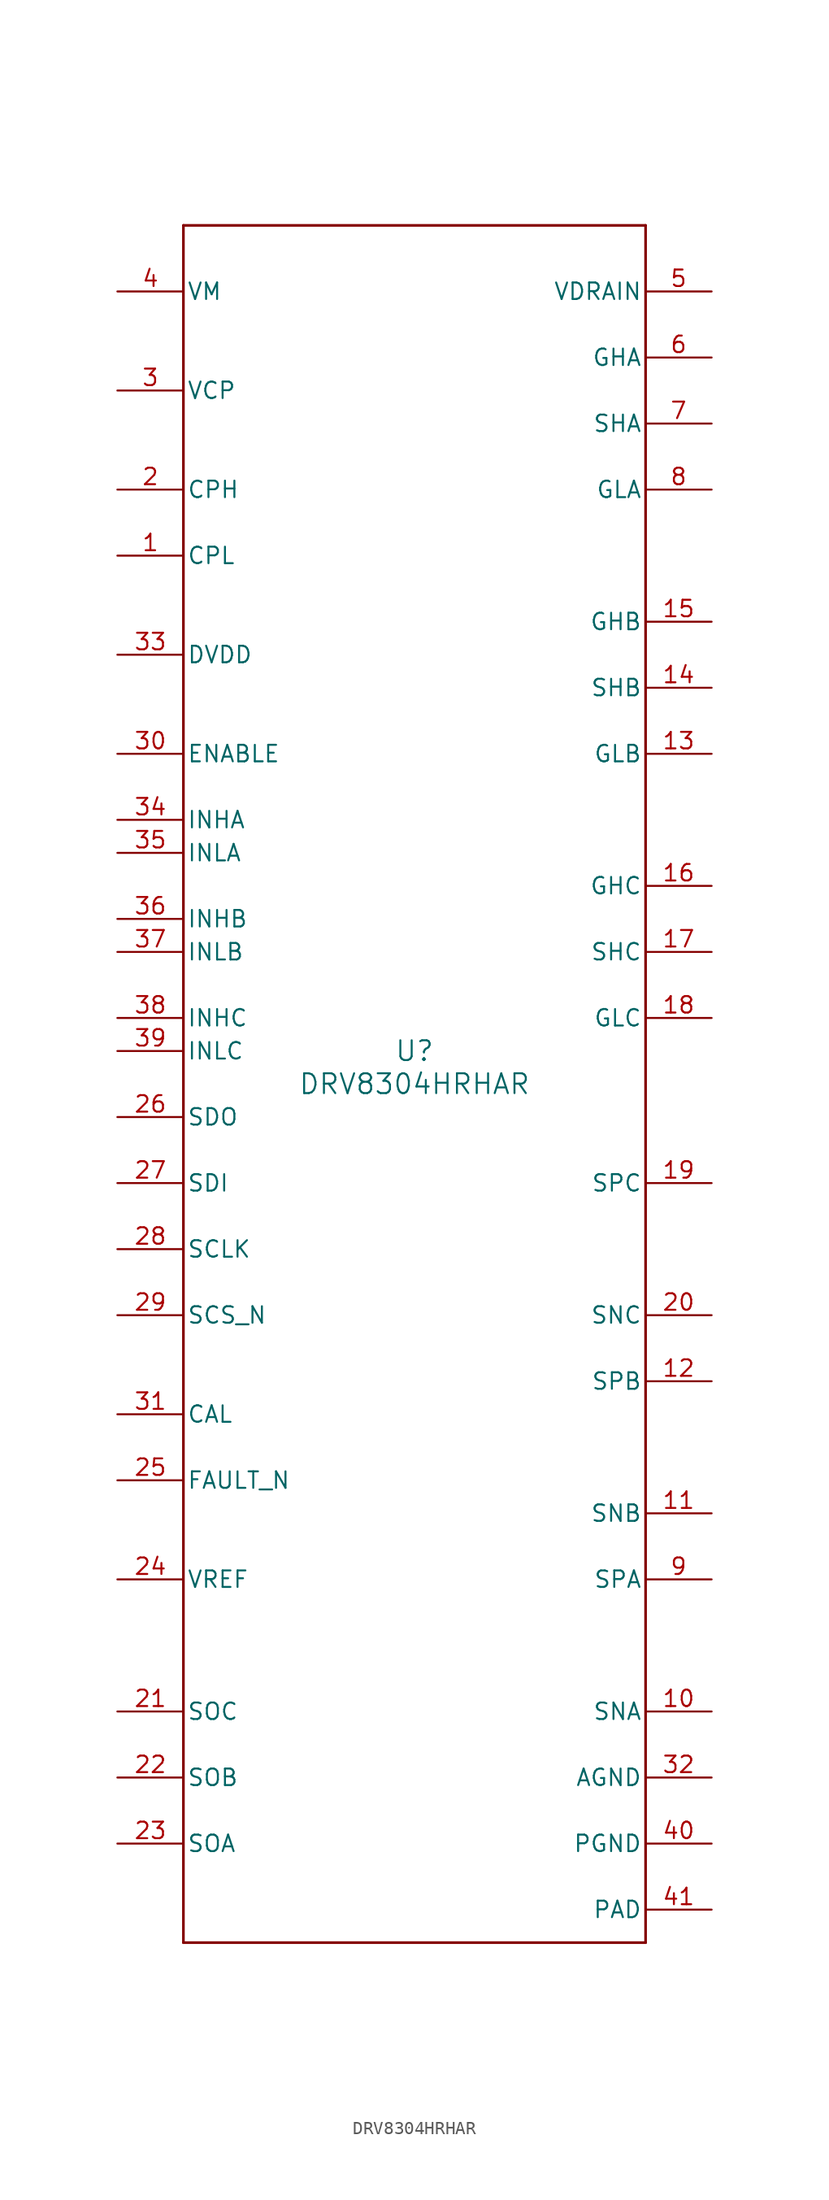
<source format=kicad_sym>
(kicad_symbol_lib
  (version 20211014)
  (generator kicad_symbol_editor)
  (symbol "DRV8304HRHAR"
    (pin_names
      (offset 0.254))
    (property "Reference" "U"
      (at 0 2.54 0)
      (effects (font (size 1.524 1.524))))
    (property "Value" "DRV8304HRHAR"
      (at 0 0 0)
      (effects (font (size 1.524 1.524))))
    (symbol "DRV8304HRHAR_0_1"
      (polyline (pts (xy -17.78 -66.04) (xy 17.78 -66.04)) (stroke (width 0.203) (type default) (color 0 0 0 0)) (fill (type none)))
      (polyline (pts (xy 17.78 -66.04) (xy 17.78 66.04)) (stroke (width 0.203) (type default) (color 0 0 0 0)) (fill (type none)))
      (polyline (pts (xy 17.78 66.04) (xy -17.78 66.04)) (stroke (width 0.203) (type default) (color 0 0 0 0)) (fill (type none)))
      (polyline (pts (xy -17.78 66.04) (xy -17.78 -66.04)) (stroke (width 0.203) (type default) (color 0 0 0 0)) (fill (type none)))
      (pin unspecified line (at -22.86 40.64 0) (length 5.08) (name "CPL" (effects (font (size 1.27 1.27)))) (number "1" (effects (font (size 1.27 1.27)))))
      (pin unspecified line (at -22.86 45.72 0) (length 5.08) (name "CPH" (effects (font (size 1.27 1.27)))) (number "2" (effects (font (size 1.27 1.27)))))
      (pin power_in line (at -22.86 53.34 0) (length 5.08) (name "VCP" (effects (font (size 1.27 1.27)))) (number "3" (effects (font (size 1.27 1.27)))))
      (pin power_in line (at -22.86 60.96 0) (length 5.08) (name "VM" (effects (font (size 1.27 1.27)))) (number "4" (effects (font (size 1.27 1.27)))))
      (pin input line (at 22.86 60.96 180) (length 5.08) (name "VDRAIN" (effects (font (size 1.27 1.27)))) (number "5" (effects (font (size 1.27 1.27)))))
      (pin output line (at 22.86 55.88 180) (length 5.08) (name "GHA" (effects (font (size 1.27 1.27)))) (number "6" (effects (font (size 1.27 1.27)))))
      (pin input line (at 22.86 50.8 180) (length 5.08) (name "SHA" (effects (font (size 1.27 1.27)))) (number "7" (effects (font (size 1.27 1.27)))))
      (pin output line (at 22.86 45.72 180) (length 5.08) (name "GLA" (effects (font (size 1.27 1.27)))) (number "8" (effects (font (size 1.27 1.27)))))
      (pin input line (at 22.86 -38.1 180) (length 5.08) (name "SPA" (effects (font (size 1.27 1.27)))) (number "9" (effects (font (size 1.27 1.27)))))
      (pin input line (at 22.86 -48.26 180) (length 5.08) (name "SNA" (effects (font (size 1.27 1.27)))) (number "10" (effects (font (size 1.27 1.27)))))
      (pin input line (at 22.86 -33.02 180) (length 5.08) (name "SNB" (effects (font (size 1.27 1.27)))) (number "11" (effects (font (size 1.27 1.27)))))
      (pin input line (at 22.86 -22.86 180) (length 5.08) (name "SPB" (effects (font (size 1.27 1.27)))) (number "12" (effects (font (size 1.27 1.27)))))
      (pin output line (at 22.86 25.4 180) (length 5.08) (name "GLB" (effects (font (size 1.27 1.27)))) (number "13" (effects (font (size 1.27 1.27)))))
      (pin input line (at 22.86 30.48 180) (length 5.08) (name "SHB" (effects (font (size 1.27 1.27)))) (number "14" (effects (font (size 1.27 1.27)))))
      (pin output line (at 22.86 35.56 180) (length 5.08) (name "GHB" (effects (font (size 1.27 1.27)))) (number "15" (effects (font (size 1.27 1.27)))))
      (pin output line (at 22.86 15.24 180) (length 5.08) (name "GHC" (effects (font (size 1.27 1.27)))) (number "16" (effects (font (size 1.27 1.27)))))
      (pin input line (at 22.86 10.16 180) (length 5.08) (name "SHC" (effects (font (size 1.27 1.27)))) (number "17" (effects (font (size 1.27 1.27)))))
      (pin output line (at 22.86 5.08 180) (length 5.08) (name "GLC" (effects (font (size 1.27 1.27)))) (number "18" (effects (font (size 1.27 1.27)))))
      (pin input line (at 22.86 -7.62 180) (length 5.08) (name "SPC" (effects (font (size 1.27 1.27)))) (number "19" (effects (font (size 1.27 1.27)))))
      (pin input line (at 22.86 -17.78 180) (length 5.08) (name "SNC" (effects (font (size 1.27 1.27)))) (number "20" (effects (font (size 1.27 1.27)))))
      (pin output line (at -22.86 -48.26 0) (length 5.08) (name "SOC" (effects (font (size 1.27 1.27)))) (number "21" (effects (font (size 1.27 1.27)))))
      (pin output line (at -22.86 -53.34 0) (length 5.08) (name "SOB" (effects (font (size 1.27 1.27)))) (number "22" (effects (font (size 1.27 1.27)))))
      (pin output line (at -22.86 -58.42 0) (length 5.08) (name "SOA" (effects (font (size 1.27 1.27)))) (number "23" (effects (font (size 1.27 1.27)))))
      (pin input line (at -22.86 -38.1 0) (length 5.08) (name "VREF" (effects (font (size 1.27 1.27)))) (number "24" (effects (font (size 1.27 1.27)))))
      (pin open_collector line (at -22.86 -30.48 0) (length 5.08) (name "FAULT_N" (effects (font (size 1.27 1.27)))) (number "25" (effects (font (size 1.27 1.27)))))
      (pin input line (at -22.86 -2.54 0) (length 5.08) (name "SDO" (effects (font (size 1.27 1.27)))) (number "26" (effects (font (size 1.27 1.27)))))
      (pin input line (at -22.86 -7.62 0) (length 5.08) (name "SDI" (effects (font (size 1.27 1.27)))) (number "27" (effects (font (size 1.27 1.27)))))
      (pin input line (at -22.86 -12.7 0) (length 5.08) (name "SCLK" (effects (font (size 1.27 1.27)))) (number "28" (effects (font (size 1.27 1.27)))))
      (pin input line (at -22.86 -17.78 0) (length 5.08) (name "SCS_N" (effects (font (size 1.27 1.27)))) (number "29" (effects (font (size 1.27 1.27)))))
      (pin input line (at -22.86 25.4 0) (length 5.08) (name "ENABLE" (effects (font (size 1.27 1.27)))) (number "30" (effects (font (size 1.27 1.27)))))
      (pin input line (at -22.86 -25.4 0) (length 5.08) (name "CAL" (effects (font (size 1.27 1.27)))) (number "31" (effects (font (size 1.27 1.27)))))
      (pin power_in line (at 22.86 -53.34 180) (length 5.08) (name "AGND" (effects (font (size 1.27 1.27)))) (number "32" (effects (font (size 1.27 1.27)))))
      (pin power_in line (at -22.86 33.02 0) (length 5.08) (name "DVDD" (effects (font (size 1.27 1.27)))) (number "33" (effects (font (size 1.27 1.27)))))
      (pin input line (at -22.86 20.32 0) (length 5.08) (name "INHA" (effects (font (size 1.27 1.27)))) (number "34" (effects (font (size 1.27 1.27)))))
      (pin input line (at -22.86 17.78 0) (length 5.08) (name "INLA" (effects (font (size 1.27 1.27)))) (number "35" (effects (font (size 1.27 1.27)))))
      (pin input line (at -22.86 12.7 0) (length 5.08) (name "INHB" (effects (font (size 1.27 1.27)))) (number "36" (effects (font (size 1.27 1.27)))))
      (pin input line (at -22.86 10.16 0) (length 5.08) (name "INLB" (effects (font (size 1.27 1.27)))) (number "37" (effects (font (size 1.27 1.27)))))
      (pin input line (at -22.86 5.08 0) (length 5.08) (name "INHC" (effects (font (size 1.27 1.27)))) (number "38" (effects (font (size 1.27 1.27)))))
      (pin input line (at -22.86 2.54 0) (length 5.08) (name "INLC" (effects (font (size 1.27 1.27)))) (number "39" (effects (font (size 1.27 1.27)))))
      (pin power_in line (at 22.86 -58.42 180) (length 5.08) (name "PGND" (effects (font (size 1.27 1.27)))) (number "40" (effects (font (size 1.27 1.27)))))
      (pin unspecified line (at 22.86 -63.5 180) (length 5.08) (name "PAD" (effects (font (size 1.27 1.27)))) (number "41" (effects (font (size 1.27 1.27))))))))
</source>
